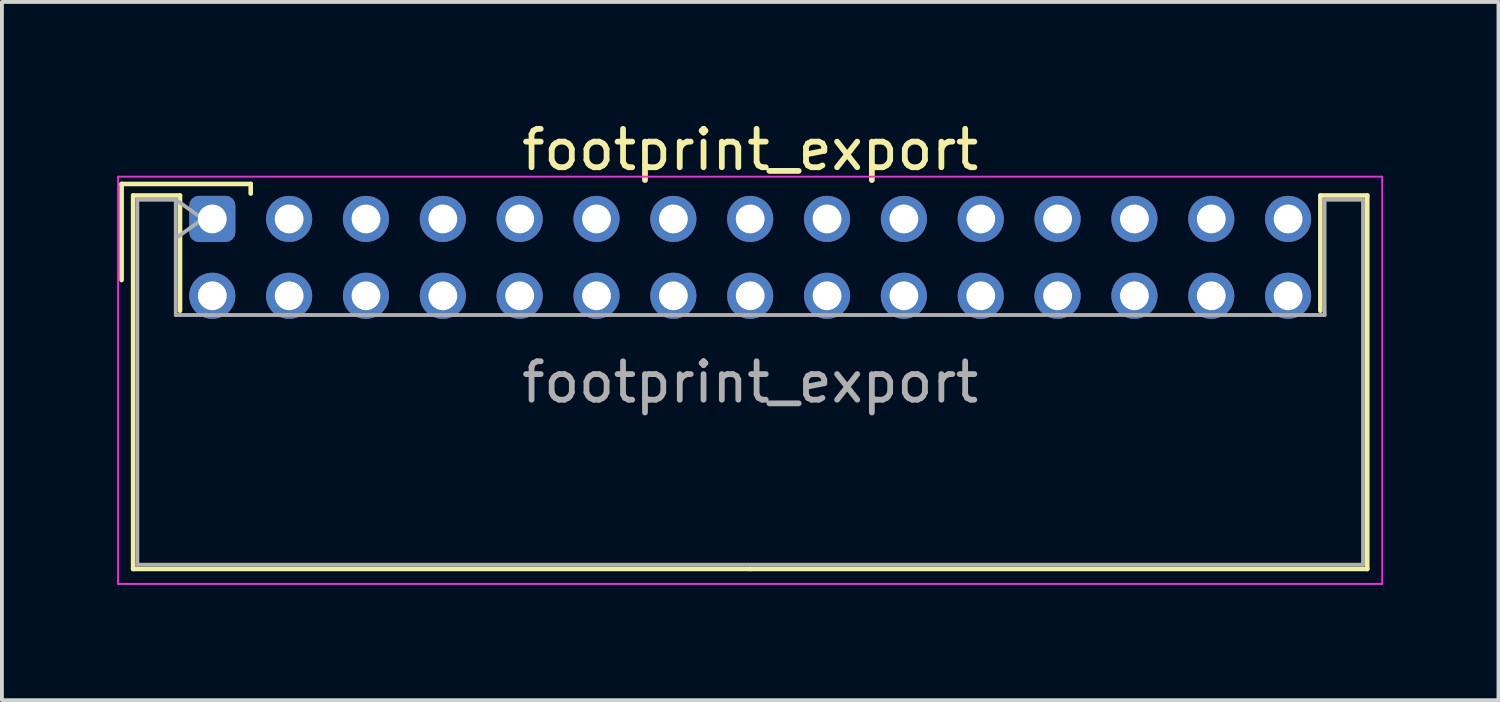
<source format=kicad_pcb>
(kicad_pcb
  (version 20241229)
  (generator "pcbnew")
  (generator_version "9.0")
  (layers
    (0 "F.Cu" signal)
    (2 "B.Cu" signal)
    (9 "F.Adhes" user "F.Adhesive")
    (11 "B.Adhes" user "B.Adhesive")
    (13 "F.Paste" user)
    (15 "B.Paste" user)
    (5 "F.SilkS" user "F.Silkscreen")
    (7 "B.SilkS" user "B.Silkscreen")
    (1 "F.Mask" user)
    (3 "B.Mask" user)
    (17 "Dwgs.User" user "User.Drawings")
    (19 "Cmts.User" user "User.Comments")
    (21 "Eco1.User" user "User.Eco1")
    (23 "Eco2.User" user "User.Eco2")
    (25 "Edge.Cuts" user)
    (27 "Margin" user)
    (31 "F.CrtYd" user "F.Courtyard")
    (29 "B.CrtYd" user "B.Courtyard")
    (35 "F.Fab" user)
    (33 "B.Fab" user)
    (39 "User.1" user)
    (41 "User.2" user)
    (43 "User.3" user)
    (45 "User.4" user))
  (footprint "footprint_export"
    (layer "F.Cu")
    (at 2.475 2.648)
    (property "Reference" "footprint_export" (at 14 -1.8 0) (layer "F.SilkS") (effects (font (size 1 1) (thickness 0.15))))
    (attr through_hole)
    (fp_line (start -2.36 -0.91) (end -2.36 1.59) (stroke (width 0.12) (type solid)) (layer "F.SilkS"))
    (fp_line (start -2.06 -0.61) (end -2.06 9.11) (stroke (width 0.12) (type solid)) (layer "F.SilkS"))
    (fp_line (start -2.06 9.11) (end 14 9.11) (stroke (width 0.12) (type solid)) (layer "F.SilkS"))
    (fp_line (start -0.84 -0.61) (end -2.06 -0.61) (stroke (width 0.12) (type solid)) (layer "F.SilkS"))
    (fp_line (start -0.84 2.39) (end -0.84 -0.61) (stroke (width 0.12) (type solid)) (layer "F.SilkS"))
    (fp_line (start 1 -0.91) (end -2.36 -0.91) (stroke (width 0.12) (type solid)) (layer "F.SilkS"))
    (fp_line (start 1 -0.66) (end 1 -0.91) (stroke (width 0.12) (type solid)) (layer "F.SilkS"))
    (fp_line (start 28.84 -0.61) (end 30.06 -0.61) (stroke (width 0.12) (type solid)) (layer "F.SilkS"))
    (fp_line (start 28.84 2.39) (end 28.84 -0.61) (stroke (width 0.12) (type solid)) (layer "F.SilkS"))
    (fp_line (start 30.06 -0.61) (end 30.06 9.11) (stroke (width 0.12) (type solid)) (layer "F.SilkS"))
    (fp_line (start 30.06 9.11) (end 14 9.11) (stroke (width 0.12) (type solid)) (layer "F.SilkS"))
    (fp_line (start -2.45 -1.1) (end -2.45 9.5) (stroke (width 0.05) (type solid)) (layer "F.CrtYd"))
    (fp_line (start -2.45 9.5) (end 30.45 9.5) (stroke (width 0.05) (type solid)) (layer "F.CrtYd"))
    (fp_line (start 30.45 -1.1) (end -2.45 -1.1) (stroke (width 0.05) (type solid)) (layer "F.CrtYd"))
    (fp_line (start 30.45 9.5) (end 30.45 -1.1) (stroke (width 0.05) (type solid)) (layer "F.CrtYd"))
    (fp_line (start -1.95 -0.5) (end -0.95 -0.5) (stroke (width 0.1) (type solid)) (layer "F.Fab"))
    (fp_line (start -1.95 9) (end -1.95 -0.5) (stroke (width 0.1) (type solid)) (layer "F.Fab"))
    (fp_line (start -0.95 -0.5) (end -0.95 2.5) (stroke (width 0.1) (type solid)) (layer "F.Fab"))
    (fp_line (start -0.95 -0.5) (end -0.243 0) (stroke (width 0.1) (type solid)) (layer "F.Fab"))
    (fp_line (start -0.95 2.5) (end 28.95 2.5) (stroke (width 0.1) (type solid)) (layer "F.Fab"))
    (fp_line (start -0.243 0) (end -0.95 0.5) (stroke (width 0.1) (type solid)) (layer "F.Fab"))
    (fp_line (start 28.95 -0.5) (end 29.95 -0.5) (stroke (width 0.1) (type solid)) (layer "F.Fab"))
    (fp_line (start 28.95 2.5) (end 28.95 -0.5) (stroke (width 0.1) (type solid)) (layer "F.Fab"))
    (fp_line (start 29.95 -0.5) (end 29.95 9) (stroke (width 0.1) (type solid)) (layer "F.Fab"))
    (fp_line (start 29.95 9) (end -1.95 9) (stroke (width 0.1) (type solid)) (layer "F.Fab"))
    (fp_text user "${REFERENCE}" (at 14 4.25 0) (layer "F.Fab") (effects (font (size 1 1) (thickness 0.15))))
    (pad "1" thru_hole roundrect (at 0 0) (size 1.2 1.2) (drill 0.75) (layers "*.Cu" "*.Mask") (roundrect_rratio 0.208))
    (pad "2" thru_hole circle (at 0 2) (size 1.2 1.2) (drill 0.75) (layers "*.Cu" "*.Mask"))
    (pad "3" thru_hole circle (at 2 0) (size 1.2 1.2) (drill 0.75) (layers "*.Cu" "*.Mask"))
    (pad "4" thru_hole circle (at 2 2) (size 1.2 1.2) (drill 0.75) (layers "*.Cu" "*.Mask"))
    (pad "5" thru_hole circle (at 4 0) (size 1.2 1.2) (drill 0.75) (layers "*.Cu" "*.Mask"))
    (pad "6" thru_hole circle (at 4 2) (size 1.2 1.2) (drill 0.75) (layers "*.Cu" "*.Mask"))
    (pad "7" thru_hole circle (at 6 0) (size 1.2 1.2) (drill 0.75) (layers "*.Cu" "*.Mask"))
    (pad "8" thru_hole circle (at 6 2) (size 1.2 1.2) (drill 0.75) (layers "*.Cu" "*.Mask"))
    (pad "9" thru_hole circle (at 8 0) (size 1.2 1.2) (drill 0.75) (layers "*.Cu" "*.Mask"))
    (pad "10" thru_hole circle (at 8 2) (size 1.2 1.2) (drill 0.75) (layers "*.Cu" "*.Mask"))
    (pad "11" thru_hole circle (at 10 0) (size 1.2 1.2) (drill 0.75) (layers "*.Cu" "*.Mask"))
    (pad "12" thru_hole circle (at 10 2) (size 1.2 1.2) (drill 0.75) (layers "*.Cu" "*.Mask"))
    (pad "13" thru_hole circle (at 12 0) (size 1.2 1.2) (drill 0.75) (layers "*.Cu" "*.Mask"))
    (pad "14" thru_hole circle (at 12 2) (size 1.2 1.2) (drill 0.75) (layers "*.Cu" "*.Mask"))
    (pad "15" thru_hole circle (at 14 0) (size 1.2 1.2) (drill 0.75) (layers "*.Cu" "*.Mask"))
    (pad "16" thru_hole circle (at 14 2) (size 1.2 1.2) (drill 0.75) (layers "*.Cu" "*.Mask"))
    (pad "17" thru_hole circle (at 16 0) (size 1.2 1.2) (drill 0.75) (layers "*.Cu" "*.Mask"))
    (pad "18" thru_hole circle (at 16 2) (size 1.2 1.2) (drill 0.75) (layers "*.Cu" "*.Mask"))
    (pad "19" thru_hole circle (at 18 0) (size 1.2 1.2) (drill 0.75) (layers "*.Cu" "*.Mask"))
    (pad "20" thru_hole circle (at 18 2) (size 1.2 1.2) (drill 0.75) (layers "*.Cu" "*.Mask"))
    (pad "21" thru_hole circle (at 20 0) (size 1.2 1.2) (drill 0.75) (layers "*.Cu" "*.Mask"))
    (pad "22" thru_hole circle (at 20 2) (size 1.2 1.2) (drill 0.75) (layers "*.Cu" "*.Mask"))
    (pad "23" thru_hole circle (at 22 0) (size 1.2 1.2) (drill 0.75) (layers "*.Cu" "*.Mask"))
    (pad "24" thru_hole circle (at 22 2) (size 1.2 1.2) (drill 0.75) (layers "*.Cu" "*.Mask"))
    (pad "25" thru_hole circle (at 24 0) (size 1.2 1.2) (drill 0.75) (layers "*.Cu" "*.Mask"))
    (pad "26" thru_hole circle (at 24 2) (size 1.2 1.2) (drill 0.75) (layers "*.Cu" "*.Mask"))
    (pad "27" thru_hole circle (at 26 0) (size 1.2 1.2) (drill 0.75) (layers "*.Cu" "*.Mask"))
    (pad "28" thru_hole circle (at 26 2) (size 1.2 1.2) (drill 0.75) (layers "*.Cu" "*.Mask"))
    (pad "29" thru_hole circle (at 28 0) (size 1.2 1.2) (drill 0.75) (layers "*.Cu" "*.Mask"))
    (pad "30" thru_hole circle (at 28 2) (size 1.2 1.2) (drill 0.75) (layers "*.Cu" "*.Mask")))
  (gr_rect
    (start -3 -3)
    (end 35.95 15.173)
    (stroke (width 0.1) (type default))
    (fill no)
    (layer "Edge.Cuts")))
</source>
